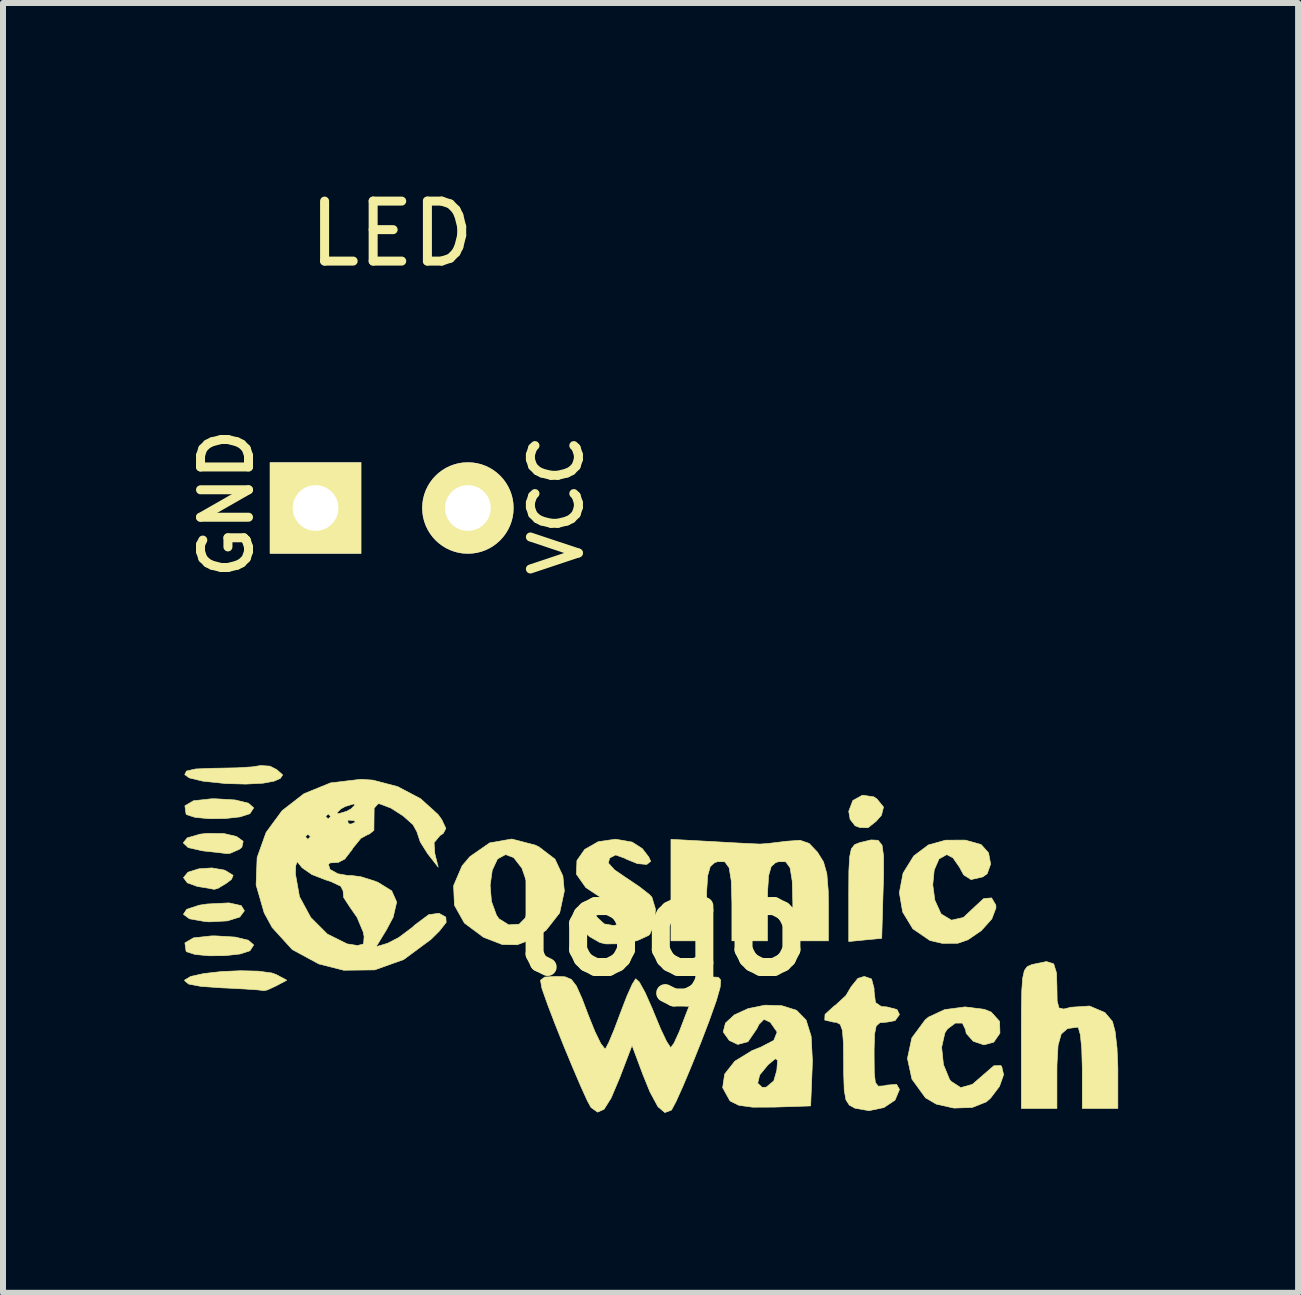
<source format=kicad_pcb>
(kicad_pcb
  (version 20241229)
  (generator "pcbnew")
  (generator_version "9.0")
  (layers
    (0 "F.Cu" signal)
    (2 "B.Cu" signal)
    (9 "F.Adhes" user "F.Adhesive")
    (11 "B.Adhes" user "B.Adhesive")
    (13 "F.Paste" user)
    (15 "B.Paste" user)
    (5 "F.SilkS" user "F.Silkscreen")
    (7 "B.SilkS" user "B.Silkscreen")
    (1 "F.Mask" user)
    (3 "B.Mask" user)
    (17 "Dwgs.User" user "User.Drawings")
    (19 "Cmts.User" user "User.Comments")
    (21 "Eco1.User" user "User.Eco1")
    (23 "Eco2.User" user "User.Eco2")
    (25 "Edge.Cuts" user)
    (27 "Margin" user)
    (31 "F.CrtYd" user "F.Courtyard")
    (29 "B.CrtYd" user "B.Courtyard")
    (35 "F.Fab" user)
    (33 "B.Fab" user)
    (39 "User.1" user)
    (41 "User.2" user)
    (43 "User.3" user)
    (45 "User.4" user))
  (footprint "logo"
    (layer "F.Cu")
    (at 7.968 12.383)
    (property "Reference" "logo" (at 0 0 0) (layer "F.SilkS") (effects (font (size 1.524 1.524) (thickness 0.3))))
    (attr through_hole)
    (fp_poly (pts (xy -6.996 -0.334) (xy -6.943 -0.248) (xy -7.02 -0.144) (xy -7.227 -0.079) (xy -7.526 -0.063) (xy -7.599 -0.068) (xy -7.859 -0.114) (xy -7.96 -0.189) (xy -7.905 -0.272) (xy -7.695 -0.341) (xy -7.562 -0.361) (xy -7.201 -0.379) (xy -6.996 -0.334)) (stroke (width 0.01) (type solid)) (fill yes) (layer "F.SilkS"))
    (fp_poly (pts (xy 3.552 -2.147) (xy 3.602 -2.113) (xy 3.713 -1.977) (xy 3.678 -1.839) (xy 3.592 -1.742) (xy 3.454 -1.632) (xy 3.317 -1.636) (xy 3.239 -1.665) (xy 3.156 -1.773) (xy 3.133 -1.906) (xy 3.201 -2.086) (xy 3.362 -2.175) (xy 3.552 -2.147)) (stroke (width 0.01) (type solid)) (fill yes) (layer "F.SilkS"))
    (fp_poly (pts (xy -7.282 -0.927) (xy -7.245 -0.91) (xy -7.131 -0.838) (xy -7.159 -0.771) (xy -7.24 -0.709) (xy -7.382 -0.623) (xy -7.446 -0.605) (xy -7.556 -0.626) (xy -7.726 -0.653) (xy -7.895 -0.714) (xy -7.959 -0.8) (xy -7.885 -0.89) (xy -7.706 -0.947) (xy -7.485 -0.962) (xy -7.282 -0.927)) (stroke (width 0.01) (type solid)) (fill yes) (layer "F.SilkS"))
    (fp_poly (pts (xy -7.284 -1.535) (xy -7.073 -1.486) (xy -6.964 -1.406) (xy -6.985 -1.308) (xy -7.027 -1.273) (xy -7.18 -1.206) (xy -7.239 -1.201) (xy -7.374 -1.218) (xy -7.596 -1.242) (xy -7.641 -1.247) (xy -7.88 -1.301) (xy -7.963 -1.38) (xy -7.896 -1.463) (xy -7.683 -1.525) (xy -7.567 -1.538) (xy -7.284 -1.535)) (stroke (width 0.01) (type solid)) (fill yes) (layer "F.SilkS"))
    (fp_poly (pts (xy -7.095 -2.095) (xy -6.877 -2.042) (xy -6.788 -1.964) (xy -6.849 -1.87) (xy -6.858 -1.864) (xy -7.017 -1.813) (xy -7.261 -1.786) (xy -7.53 -1.783) (xy -7.765 -1.805) (xy -7.905 -1.85) (xy -7.916 -1.863) (xy -7.935 -1.998) (xy -7.792 -2.082) (xy -7.49 -2.115) (xy -7.425 -2.115) (xy -7.095 -2.095)) (stroke (width 0.01) (type solid)) (fill yes) (layer "F.SilkS"))
    (fp_poly (pts (xy -7.095 0.191) (xy -6.877 0.244) (xy -6.788 0.322) (xy -6.849 0.416) (xy -6.858 0.422) (xy -7.017 0.473) (xy -7.261 0.5) (xy -7.53 0.503) (xy -7.765 0.481) (xy -7.905 0.436) (xy -7.916 0.423) (xy -7.935 0.288) (xy -7.792 0.204) (xy -7.49 0.171) (xy -7.425 0.171) (xy -7.095 0.191)) (stroke (width 0.01) (type solid)) (fill yes) (layer "F.SilkS"))
    (fp_poly (pts (xy 3.623 -1.423) (xy 3.688 -1.342) (xy 3.714 -1.158) (xy 3.714 -0.846) (xy 3.707 -0.614) (xy 3.683 0.212) (xy 3.408 0.238) (xy 3.133 0.265) (xy 3.133 -0.535) (xy 3.135 -0.908) (xy 3.148 -1.146) (xy 3.177 -1.282) (xy 3.232 -1.351) (xy 3.32 -1.385) (xy 3.323 -1.386) (xy 3.506 -1.429) (xy 3.623 -1.423)) (stroke (width 0.01) (type solid)) (fill yes) (layer "F.SilkS"))
    (fp_poly (pts (xy -6.713 0.759) (xy -6.488 0.789) (xy -6.414 0.815) (xy -6.237 0.91) (xy -6.415 1.005) (xy -6.562 1.073) (xy -6.62 1.084) (xy -6.711 1.072) (xy -6.928 1.057) (xy -7.23 1.041) (xy -7.308 1.038) (xy -7.668 1.013) (xy -7.873 0.974) (xy -7.939 0.919) (xy -7.937 0.906) (xy -7.839 0.847) (xy -7.619 0.799) (xy -7.327 0.766) (xy -7.009 0.752) (xy -6.713 0.759)) (stroke (width 0.01) (type solid)) (fill yes) (layer "F.SilkS"))
    (fp_poly (pts (xy -6.517 -2.659) (xy -6.404 -2.601) (xy -6.305 -2.513) (xy -6.345 -2.454) (xy -6.448 -2.409) (xy -6.629 -2.375) (xy -6.918 -2.36) (xy -7.254 -2.369) (xy -7.275 -2.371) (xy -7.636 -2.409) (xy -7.864 -2.464) (xy -7.938 -2.519) (xy -7.908 -2.578) (xy -7.756 -2.612) (xy -7.461 -2.624) (xy -7.38 -2.625) (xy -7.066 -2.631) (xy -6.812 -2.647) (xy -6.672 -2.669) (xy -6.672 -2.669) (xy -6.517 -2.659)) (stroke (width 0.01) (type solid)) (fill yes) (layer "F.SilkS"))
    (fp_poly (pts (xy -2.092 -1.342) (xy -2.03 -1.311) (xy -1.765 -1.109) (xy -1.633 -0.827) (xy -1.609 -0.575) (xy -1.687 -0.212) (xy -1.915 0.079) (xy -2.118 0.212) (xy -2.393 0.319) (xy -2.644 0.315) (xy -2.944 0.199) (xy -2.962 0.19) (xy -3.275 -0.043) (xy -3.441 -0.339) (xy -3.455 -0.666) (xy -3.453 -0.671) (xy -2.846 -0.671) (xy -2.824 -0.404) (xy -2.74 -0.173) (xy -2.698 -0.114) (xy -2.536 -0.013) (xy -2.362 -0.024) (xy -2.253 -0.134) (xy -2.2 -0.41) (xy -2.227 -0.701) (xy -2.316 -0.958) (xy -2.454 -1.135) (xy -2.589 -1.185) (xy -2.723 -1.112) (xy -2.811 -0.924) (xy -2.846 -0.671) (xy -3.453 -0.671) (xy -3.314 -0.996) (xy -3.183 -1.151) (xy -2.853 -1.38) (xy -2.486 -1.444) (xy -2.092 -1.342)) (stroke (width 0.01) (type solid)) (fill yes) (layer "F.SilkS"))
    (fp_poly (pts (xy 5.34 -1.352) (xy 5.464 -1.214) (xy 5.499 -1.027) (xy 5.442 -0.866) (xy 5.369 -0.813) (xy 5.172 -0.768) (xy 5.049 -0.846) (xy 4.98 -0.974) (xy 4.871 -1.13) (xy 4.768 -1.185) (xy 4.638 -1.112) (xy 4.558 -0.927) (xy 4.534 -0.68) (xy 4.569 -0.422) (xy 4.669 -0.203) (xy 4.679 -0.191) (xy 4.846 -0.091) (xy 5.045 -0.136) (xy 5.229 -0.309) (xy 5.383 -0.451) (xy 5.515 -0.462) (xy 5.585 -0.344) (xy 5.588 -0.296) (xy 5.518 -0.111) (xy 5.344 0.083) (xy 5.12 0.236) (xy 4.953 0.294) (xy 4.691 0.295) (xy 4.487 0.248) (xy 4.202 0.053) (xy 4.032 -0.227) (xy 3.977 -0.549) (xy 4.039 -0.875) (xy 4.217 -1.162) (xy 4.461 -1.345) (xy 4.748 -1.425) (xy 5.076 -1.426) (xy 5.34 -1.352)) (stroke (width 0.01) (type solid)) (fill yes) (layer "F.SilkS"))
    (fp_poly (pts (xy 6.55 0.637) (xy 6.597 0.789) (xy 6.604 1.01) (xy 6.608 1.257) (xy 6.638 1.372) (xy 6.717 1.391) (xy 6.838 1.361) (xy 7.147 1.34) (xy 7.405 1.45) (xy 7.53 1.598) (xy 7.574 1.763) (xy 7.606 2.04) (xy 7.62 2.373) (xy 7.62 2.407) (xy 7.62 3.048) (xy 7.027 3.048) (xy 7.027 2.371) (xy 7.018 2.056) (xy 6.995 1.819) (xy 6.961 1.7) (xy 6.95 1.693) (xy 6.78 1.716) (xy 6.676 1.807) (xy 6.623 1.995) (xy 6.605 2.313) (xy 6.604 2.422) (xy 6.604 3.048) (xy 6.011 3.048) (xy 6.011 1.873) (xy 6.012 1.406) (xy 6.018 1.081) (xy 6.034 0.871) (xy 6.062 0.747) (xy 6.109 0.684) (xy 6.177 0.653) (xy 6.202 0.646) (xy 6.43 0.599) (xy 6.55 0.637)) (stroke (width 0.01) (type solid)) (fill yes) (layer "F.SilkS"))
    (fp_poly (pts (xy 5.396 1.396) (xy 5.509 1.442) (xy 5.648 1.596) (xy 5.654 1.793) (xy 5.551 1.943) (xy 5.387 1.988) (xy 5.209 1.928) (xy 5.092 1.797) (xy 5.08 1.733) (xy 5.028 1.625) (xy 4.909 1.625) (xy 4.778 1.724) (xy 4.736 1.788) (xy 4.682 2.028) (xy 4.712 2.317) (xy 4.814 2.565) (xy 4.837 2.595) (xy 5.001 2.701) (xy 5.196 2.646) (xy 5.383 2.483) (xy 5.552 2.337) (xy 5.666 2.333) (xy 5.683 2.347) (xy 5.715 2.486) (xy 5.646 2.681) (xy 5.498 2.876) (xy 5.426 2.939) (xy 5.191 3.032) (xy 4.887 3.042) (xy 4.592 2.976) (xy 4.413 2.871) (xy 4.187 2.56) (xy 4.112 2.215) (xy 4.185 1.873) (xy 4.407 1.572) (xy 4.463 1.525) (xy 4.733 1.4) (xy 5.072 1.355) (xy 5.396 1.396)) (stroke (width 0.01) (type solid)) (fill yes) (layer "F.SilkS"))
    (fp_poly (pts (xy 0.868 -1.401) (xy 1.201 -1.382) (xy 1.471 -1.368) (xy 1.631 -1.361) (xy 1.651 -1.36) (xy 1.783 -1.369) (xy 2.008 -1.396) (xy 2.083 -1.406) (xy 2.322 -1.423) (xy 2.473 -1.371) (xy 2.612 -1.224) (xy 2.712 -1.063) (xy 2.768 -0.866) (xy 2.791 -0.581) (xy 2.794 -0.37) (xy 2.794 0.254) (xy 2.201 0.254) (xy 2.201 -0.376) (xy 2.191 -0.743) (xy 2.155 -0.965) (xy 2.082 -1.065) (xy 1.962 -1.066) (xy 1.913 -1.05) (xy 1.84 -0.985) (xy 1.798 -0.837) (xy 1.78 -0.573) (xy 1.778 -0.372) (xy 1.778 0.254) (xy 1.185 0.254) (xy 1.185 -0.376) (xy 1.175 -0.743) (xy 1.139 -0.965) (xy 1.066 -1.065) (xy 0.946 -1.066) (xy 0.897 -1.05) (xy 0.824 -0.985) (xy 0.782 -0.837) (xy 0.764 -0.573) (xy 0.762 -0.372) (xy 0.762 0.254) (xy 0.169 0.254) (xy 0.169 -1.439) (xy 0.868 -1.401)) (stroke (width 0.01) (type solid)) (fill yes) (layer "F.SilkS"))
    (fp_poly (pts (xy 2.018 1.335) (xy 2.263 1.412) (xy 2.422 1.574) (xy 2.506 1.844) (xy 2.527 2.246) (xy 2.523 2.383) (xy 2.498 3.006) (xy 1.889 3.026) (xy 1.53 3.027) (xy 1.301 2.996) (xy 1.164 2.929) (xy 1.148 2.914) (xy 1.031 2.702) (xy 1.042 2.628) (xy 1.615 2.628) (xy 1.688 2.696) (xy 1.757 2.694) (xy 1.883 2.589) (xy 1.934 2.413) (xy 1.947 2.242) (xy 1.908 2.219) (xy 1.786 2.322) (xy 1.648 2.49) (xy 1.615 2.628) (xy 1.042 2.628) (xy 1.064 2.476) (xy 1.233 2.261) (xy 1.524 2.082) (xy 1.665 2.027) (xy 1.884 1.913) (xy 1.939 1.774) (xy 1.828 1.615) (xy 1.822 1.61) (xy 1.72 1.562) (xy 1.637 1.646) (xy 1.599 1.722) (xy 1.453 1.935) (xy 1.282 1.981) (xy 1.141 1.914) (xy 1.04 1.773) (xy 1.078 1.624) (xy 1.226 1.488) (xy 1.456 1.383) (xy 1.738 1.326) (xy 2.018 1.335)) (stroke (width 0.01) (type solid)) (fill yes) (layer "F.SilkS"))
    (fp_poly (pts (xy -0.479 -1.393) (xy -0.309 -1.284) (xy -0.202 -1.145) (xy -0.169 -1.073) (xy -0.235 -1.02) (xy -0.391 -1.034) (xy -0.575 -1.109) (xy -0.592 -1.12) (xy -0.753 -1.179) (xy -0.854 -1.127) (xy -0.875 -1.043) (xy -0.773 -0.93) (xy -0.581 -0.799) (xy -0.357 -0.648) (xy -0.194 -0.521) (xy -0.149 -0.474) (xy -0.09 -0.278) (xy -0.104 -0.042) (xy -0.183 0.142) (xy -0.204 0.163) (xy -0.394 0.25) (xy -0.662 0.302) (xy -0.917 0.305) (xy -1.016 0.282) (xy -1.185 0.185) (xy -1.345 0.05) (xy -1.435 -0.068) (xy -1.439 -0.088) (xy -1.372 -0.169) (xy -1.226 -0.197) (xy -1.088 -0.168) (xy -1.044 -0.12) (xy -0.942 -0.028) (xy -0.784 -0.001) (xy -0.643 -0.04) (xy -0.593 -0.125) (xy -0.662 -0.237) (xy -0.837 -0.371) (xy -0.929 -0.422) (xy -1.25 -0.634) (xy -1.407 -0.857) (xy -1.399 -1.085) (xy -1.27 -1.27) (xy -1.043 -1.4) (xy -0.755 -1.441) (xy -0.479 -1.393)) (stroke (width 0.01) (type solid)) (fill yes) (layer "F.SilkS"))
    (fp_poly (pts (xy 3.513 0.889) (xy 3.555 1.044) (xy 3.556 1.101) (xy 3.579 1.282) (xy 3.676 1.349) (xy 3.768 1.355) (xy 3.938 1.399) (xy 3.979 1.482) (xy 3.906 1.584) (xy 3.768 1.609) (xy 3.654 1.618) (xy 3.591 1.673) (xy 3.563 1.81) (xy 3.556 2.068) (xy 3.556 2.161) (xy 3.559 2.456) (xy 3.577 2.617) (xy 3.625 2.677) (xy 3.718 2.672) (xy 3.768 2.659) (xy 3.931 2.647) (xy 3.979 2.731) (xy 3.979 2.732) (xy 3.905 2.909) (xy 3.718 3.034) (xy 3.472 3.085) (xy 3.239 3.045) (xy 3.143 2.993) (xy 3.087 2.906) (xy 3.058 2.745) (xy 3.049 2.472) (xy 3.048 2.289) (xy 3.044 1.95) (xy 3.028 1.747) (xy 2.991 1.646) (xy 2.924 1.611) (xy 2.879 1.609) (xy 2.733 1.574) (xy 2.738 1.479) (xy 2.89 1.341) (xy 2.915 1.324) (xy 3.086 1.166) (xy 3.174 1.018) (xy 3.286 0.879) (xy 3.392 0.847) (xy 3.513 0.889)) (stroke (width 0.01) (type solid)) (fill yes) (layer "F.SilkS"))
    (fp_poly (pts (xy -1.597 0.853) (xy -1.493 0.896) (xy -1.408 1.006) (xy -1.314 1.216) (xy -1.214 1.48) (xy -1.099 1.766) (xy -1 1.968) (xy -0.933 2.054) (xy -0.922 2.052) (xy -0.866 1.945) (xy -0.775 1.727) (xy -0.674 1.458) (xy -0.568 1.182) (xy -0.476 0.976) (xy -0.419 0.886) (xy -0.36 0.939) (xy -0.262 1.116) (xy -0.145 1.38) (xy -0.121 1.439) (xy -0.003 1.723) (xy 0.097 1.933) (xy 0.161 2.03) (xy 0.167 2.032) (xy 0.221 1.958) (xy 0.309 1.765) (xy 0.413 1.492) (xy 0.42 1.474) (xy 0.554 1.135) (xy 0.675 0.937) (xy 0.807 0.854) (xy 0.959 0.861) (xy 0.998 0.906) (xy 0.989 1.028) (xy 0.927 1.247) (xy 0.807 1.584) (xy 0.671 1.94) (xy 0.512 2.336) (xy 0.368 2.679) (xy 0.253 2.934) (xy 0.181 3.069) (xy 0.173 3.078) (xy 0.067 3.117) (xy -0.049 3.018) (xy -0.182 2.771) (xy -0.3 2.48) (xy -0.48 1.997) (xy -0.686 2.537) (xy -0.829 2.875) (xy -0.947 3.062) (xy -1.054 3.11) (xy -1.162 3.033) (xy -1.165 3.03) (xy -1.228 2.914) (xy -1.334 2.68) (xy -1.469 2.365) (xy -1.617 2.008) (xy -1.76 1.649) (xy -1.884 1.325) (xy -1.972 1.077) (xy -1.985 1.037) (xy -2.006 0.91) (xy -1.936 0.857) (xy -1.747 0.847) (xy -1.597 0.853)) (stroke (width 0.01) (type solid)) (fill yes) (layer "F.SilkS"))
    (fp_poly (pts (xy -4.801 -2.426) (xy -4.388 -2.318) (xy -4.005 -2.116) (xy -3.713 -1.852) (xy -3.653 -1.768) (xy -3.584 -1.621) (xy -3.629 -1.536) (xy -3.681 -1.503) (xy -3.781 -1.383) (xy -3.768 -1.2) (xy -3.712 -0.976) (xy -3.888 -1.2) (xy -4.01 -1.394) (xy -4.064 -1.555) (xy -4.064 -1.56) (xy -4.132 -1.683) (xy -4.297 -1.83) (xy -4.5 -1.96) (xy -4.682 -2.029) (xy -4.714 -2.032) (xy -4.78 -1.958) (xy -4.782 -1.778) (xy -4.784 -1.588) (xy -4.865 -1.524) (xy -4.876 -1.524) (xy -5.001 -1.456) (xy -5.135 -1.292) (xy -5.147 -1.27) (xy -5.27 -1.11) (xy -5.382 -1.052) (xy -5.395 -1.055) (xy -5.518 -1.045) (xy -5.542 -1.021) (xy -5.517 -0.938) (xy -5.386 -0.865) (xy -5.21 -0.834) (xy -5.16 -0.836) (xy -5 -0.815) (xy -4.771 -0.743) (xy -4.715 -0.721) (xy -4.487 -0.58) (xy -4.404 -0.393) (xy -4.463 -0.14) (xy -4.575 0.07) (xy -4.747 0.352) (xy -4.554 0.294) (xy -4.369 0.198) (xy -4.151 0.035) (xy -4.099 -0.012) (xy -3.871 -0.182) (xy -3.699 -0.206) (xy -3.697 -0.205) (xy -3.585 -0.142) (xy -3.579 -0.054) (xy -3.69 0.088) (xy -3.831 0.228) (xy -4.288 0.566) (xy -4.771 0.738) (xy -5.287 0.744) (xy -5.702 0.639) (xy -6.145 0.399) (xy -6.48 0.031) (xy -6.613 -0.212) (xy -6.748 -0.68) (xy -6.741 -0.864) (xy -6.093 -0.864) (xy -6.025 -0.483) (xy -5.837 -0.136) (xy -5.561 0.14) (xy -5.232 0.304) (xy -5.057 0.332) (xy -4.956 0.305) (xy -4.947 0.183) (xy -4.962 0.106) (xy -5.064 -0.137) (xy -5.185 -0.311) (xy -5.288 -0.469) (xy -5.298 -0.582) (xy -5.336 -0.657) (xy -5.503 -0.736) (xy -5.583 -0.761) (xy -5.818 -0.852) (xy -5.983 -0.967) (xy -6.006 -0.997) (xy -6.063 -1.067) (xy -6.088 -0.999) (xy -6.093 -0.864) (xy -6.741 -0.864) (xy -6.731 -1.135) (xy -6.607 -1.482) (xy -5.927 -1.482) (xy -5.884 -1.439) (xy -5.842 -1.482) (xy -5.884 -1.524) (xy -5.927 -1.482) (xy -6.607 -1.482) (xy -6.581 -1.554) (xy -6.437 -1.75) (xy -5.221 -1.75) (xy -5.209 -1.699) (xy -5.165 -1.693) (xy -5.095 -1.724) (xy -5.108 -1.75) (xy -5.209 -1.76) (xy -5.221 -1.75) (xy -6.437 -1.75) (xy -6.385 -1.82) (xy -5.588 -1.82) (xy -5.546 -1.778) (xy -5.503 -1.82) (xy -5.546 -1.863) (xy -5.588 -1.82) (xy -6.385 -1.82) (xy -6.341 -1.88) (xy -5.402 -1.88) (xy -5.376 -1.865) (xy -5.237 -1.907) (xy -5.165 -1.947) (xy -5.097 -2.014) (xy -5.122 -2.029) (xy -5.261 -1.987) (xy -5.334 -1.947) (xy -5.402 -1.88) (xy -6.341 -1.88) (xy -6.315 -1.916) (xy -5.951 -2.199) (xy -5.507 -2.38) (xy -5.001 -2.44) (xy -4.801 -2.426)) (stroke (width 0.01) (type solid)) (fill yes) (layer "F.SilkS")))
  (footprint "LED"
    (layer "F.Cu")
    (at 3.481 5.42)
    (property "Reference" "LED" (at 0 -4.572 0) (layer "F.SilkS") (effects (font (size 1 1) (thickness 0.15))))
    (attr through_hole)
    (fp_text user "GND" (at -2.75 -0.075 90) (layer "F.SilkS") (effects (font (size 0.8 0.8) (thickness 0.15))))
    (fp_text user "VCC" (at 2.75 -0.05 90) (layer "F.SilkS") (effects (font (size 0.8 0.8) (thickness 0.15))))
    (pad "1" thru_hole rect (at -1.27 0) (size 1.524 1.524) (drill 0.762) (layers "*.Cu" "*.Mask" "F.SilkS"))
    (pad "2" thru_hole circle (at 1.27 0) (size 1.524 1.524) (drill 0.762) (layers "*.Cu" "*.Mask" "F.SilkS")))
  (gr_rect
    (start -3 -3)
    (end 18.593 18.505)
    (stroke (width 0.1) (type default))
    (fill no)
    (layer "Edge.Cuts")))
</source>
